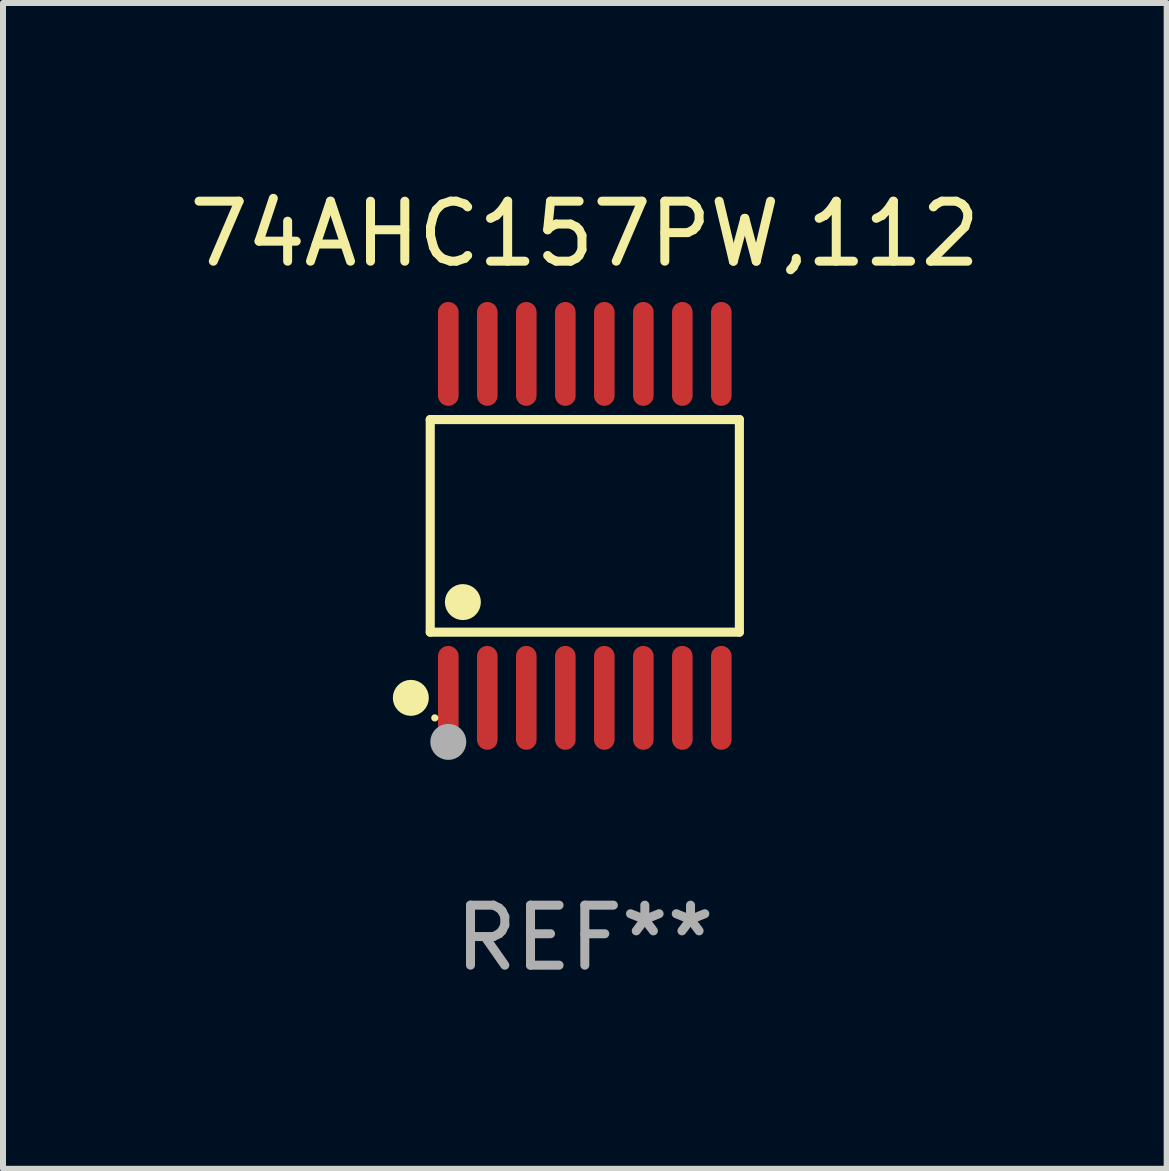
<source format=kicad_pcb>
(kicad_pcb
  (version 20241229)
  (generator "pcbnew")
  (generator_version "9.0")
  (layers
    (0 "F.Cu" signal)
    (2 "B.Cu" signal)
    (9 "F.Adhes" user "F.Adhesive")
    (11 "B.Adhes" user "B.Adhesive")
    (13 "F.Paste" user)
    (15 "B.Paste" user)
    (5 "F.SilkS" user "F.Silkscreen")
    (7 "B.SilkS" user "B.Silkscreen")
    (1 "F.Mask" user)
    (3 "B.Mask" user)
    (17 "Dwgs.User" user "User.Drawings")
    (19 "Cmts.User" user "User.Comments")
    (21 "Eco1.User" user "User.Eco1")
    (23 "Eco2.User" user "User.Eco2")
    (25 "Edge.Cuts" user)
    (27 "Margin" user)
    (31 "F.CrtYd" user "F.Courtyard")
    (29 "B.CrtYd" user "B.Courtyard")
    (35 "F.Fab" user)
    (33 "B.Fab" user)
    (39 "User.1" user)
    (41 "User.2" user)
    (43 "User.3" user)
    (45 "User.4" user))
  (footprint "74AHC157PW,112"
    (layer "F.Cu")
    (at 6.696 5.714)
    (property "Reference" "74AHC157PW,112" (at 0 -4.866 0) (layer "F.SilkS") (effects (font (size 1 1) (thickness 0.15))))
    (attr through_hole)
    (fp_line (start -2.576 -1.772) (end 2.576 -1.772) (stroke (width 0.152) (type solid)) (layer "F.SilkS"))
    (fp_line (start -2.576 1.771) (end -2.576 -1.772) (stroke (width 0.152) (type solid)) (layer "F.SilkS"))
    (fp_line (start 2.576 -1.772) (end 2.576 1.771) (stroke (width 0.152) (type solid)) (layer "F.SilkS"))
    (fp_line (start 2.576 1.771) (end -2.576 1.771) (stroke (width 0.152) (type solid)) (layer "F.SilkS"))
    (fp_circle (center -2.899 2.866) (end -2.749 2.866) (stroke (width 0.3) (type solid)) (fill no) (layer "F.SilkS"))
    (fp_circle (center -2.5 3.2) (end -2.47 3.2) (stroke (width 0.06) (type solid)) (fill no) (layer "F.SilkS"))
    (fp_circle (center -2.032 1.27) (end -1.882 1.27) (stroke (width 0.3) (type solid)) (fill no) (layer "F.SilkS"))
    (fp_circle (center -2.275 3.6) (end -2.125 3.6) (stroke (width 0.3) (type solid)) (fill no) (layer "F.Fab"))
    (fp_text user "REF**" (at 0 6.866 0) (layer "F.Fab") (effects (font (size 1 1) (thickness 0.15))))
    (pad "1" smd oval (at -2.275 2.866) (size 0.343 1.731) (layers "F.Cu" "F.Mask" "F.Paste"))
    (pad "2" smd oval (at -1.625 2.866) (size 0.343 1.731) (layers "F.Cu" "F.Mask" "F.Paste"))
    (pad "3" smd oval (at -0.975 2.866) (size 0.343 1.731) (layers "F.Cu" "F.Mask" "F.Paste"))
    (pad "4" smd oval (at -0.325 2.866) (size 0.343 1.731) (layers "F.Cu" "F.Mask" "F.Paste"))
    (pad "5" smd oval (at 0.325 2.866) (size 0.343 1.731) (layers "F.Cu" "F.Mask" "F.Paste"))
    (pad "6" smd oval (at 0.975 2.866) (size 0.343 1.731) (layers "F.Cu" "F.Mask" "F.Paste"))
    (pad "7" smd oval (at 1.625 2.866) (size 0.343 1.731) (layers "F.Cu" "F.Mask" "F.Paste"))
    (pad "8" smd oval (at 2.275 2.866) (size 0.343 1.731) (layers "F.Cu" "F.Mask" "F.Paste"))
    (pad "9" smd oval (at 2.275 -2.866) (size 0.343 1.731) (layers "F.Cu" "F.Mask" "F.Paste"))
    (pad "10" smd oval (at 1.625 -2.866) (size 0.343 1.731) (layers "F.Cu" "F.Mask" "F.Paste"))
    (pad "11" smd oval (at 0.975 -2.866) (size 0.343 1.731) (layers "F.Cu" "F.Mask" "F.Paste"))
    (pad "12" smd oval (at 0.325 -2.866) (size 0.343 1.731) (layers "F.Cu" "F.Mask" "F.Paste"))
    (pad "13" smd oval (at -0.325 -2.866) (size 0.343 1.731) (layers "F.Cu" "F.Mask" "F.Paste"))
    (pad "14" smd oval (at -0.975 -2.866) (size 0.343 1.731) (layers "F.Cu" "F.Mask" "F.Paste"))
    (pad "15" smd oval (at -1.625 -2.866) (size 0.343 1.731) (layers "F.Cu" "F.Mask" "F.Paste"))
    (pad "16" smd oval (at -2.275 -2.866) (size 0.343 1.731) (layers "F.Cu" "F.Mask" "F.Paste")))
  (gr_rect
    (start -3 -3)
    (end 16.393 16.428)
    (stroke (width 0.1) (type default))
    (fill no)
    (layer "Edge.Cuts")))
</source>
